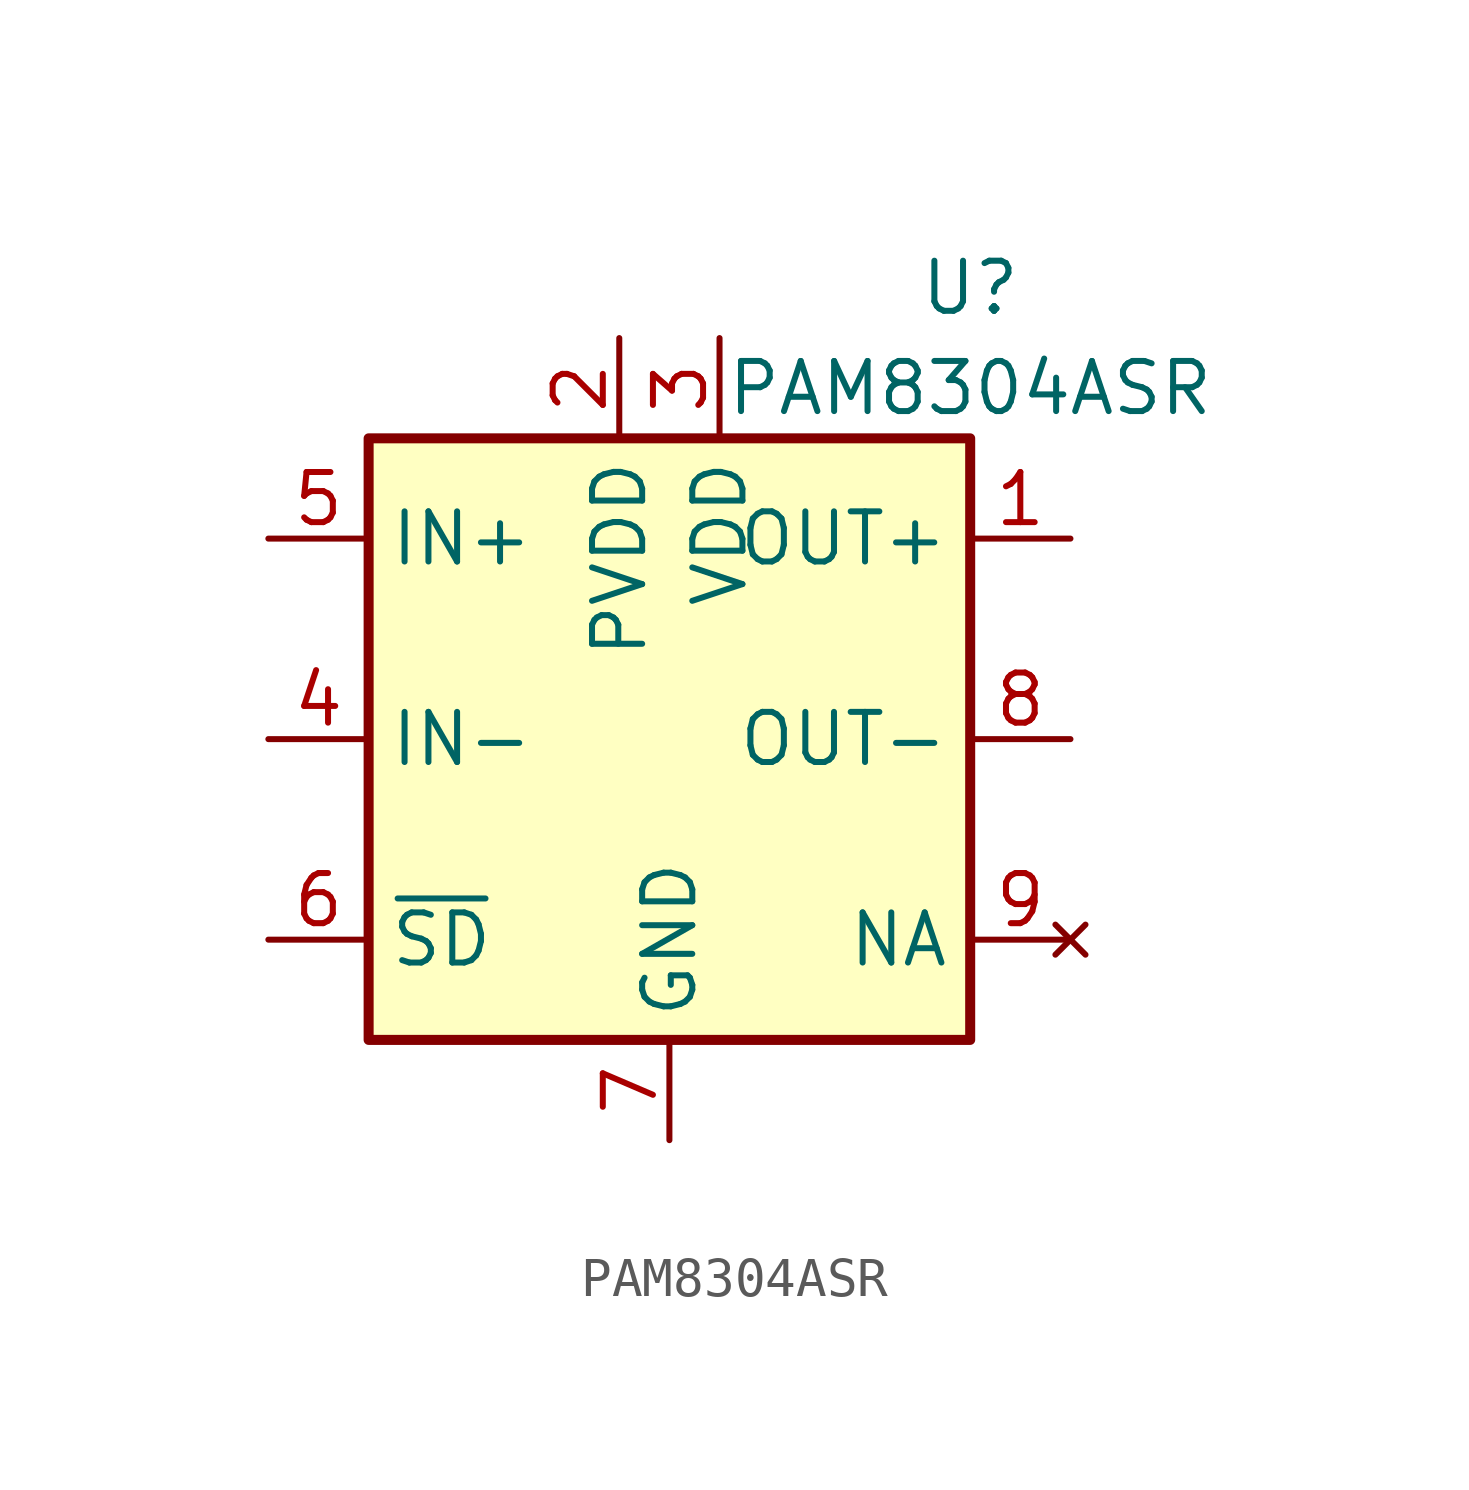
<source format=kicad_sym>
(kicad_symbol_lib
  (version 20231120)
  (generator "kicad_symbol_editor")
  (generator_version "8.0")
  (symbol "PAM8304ASR"
    (property "Reference" "U"
      (at 7.62 11.43 0)
      (effects (font (size 1.27 1.27))))
    (property "Value" "PAM8304ASR"
      (at 7.62 8.89 0)
      (effects (font (size 1.27 1.27))))
    (symbol "PAM8304ASR_0_1"
      (rectangle (start -7.62 7.62) (end 7.62 -7.62) (stroke (width 0.254) (type default)) (fill (type background))))
    (symbol "PAM8304ASR_1_1"
      (pin output line (at 10.16 5.08 180) (length 2.54) (name "OUT+" (effects (font (size 1.27 1.27)))) (number "1" (effects (font (size 1.27 1.27)))))
      (pin power_in line (at -1.27 10.16 270) (length 2.54) (name "PVDD" (effects (font (size 1.27 1.27)))) (number "2" (effects (font (size 1.27 1.27)))))
      (pin power_in line (at 1.27 10.16 270) (length 2.54) (name "VDD" (effects (font (size 1.27 1.27)))) (number "3" (effects (font (size 1.27 1.27)))))
      (pin input line (at -10.16 0 0) (length 2.54) (name "IN-" (effects (font (size 1.27 1.27)))) (number "4" (effects (font (size 1.27 1.27)))))
      (pin input line (at -10.16 5.08 0) (length 2.54) (name "IN+" (effects (font (size 1.27 1.27)))) (number "5" (effects (font (size 1.27 1.27)))))
      (pin input line (at -10.16 -5.08 0) (length 2.54) (name "~{SD}" (effects (font (size 1.27 1.27)))) (number "6" (effects (font (size 1.27 1.27)))))
      (pin power_in line (at 0 -10.16 90) (length 2.54) (name "GND" (effects (font (size 1.27 1.27)))) (number "7" (effects (font (size 1.27 1.27)))))
      (pin output line (at 10.16 0 180) (length 2.54) (name "OUT-" (effects (font (size 1.27 1.27)))) (number "8" (effects (font (size 1.27 1.27)))))
      (pin no_connect line (at 10.16 -5.08 180) (length 2.54) (name "NA" (effects (font (size 1.27 1.27)))) (number "9" (effects (font (size 1.27 1.27))))))))
</source>
